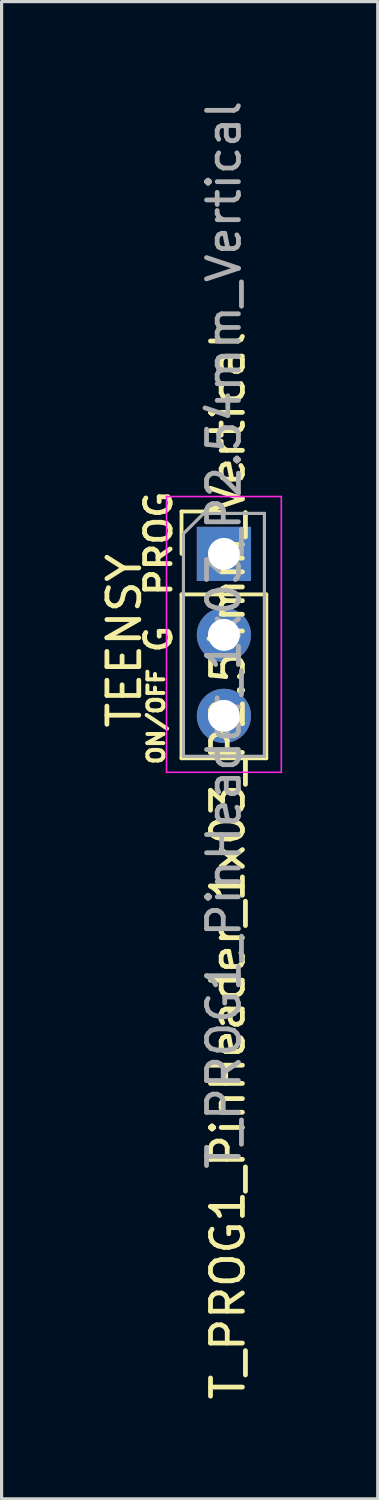
<source format=kicad_pcb>
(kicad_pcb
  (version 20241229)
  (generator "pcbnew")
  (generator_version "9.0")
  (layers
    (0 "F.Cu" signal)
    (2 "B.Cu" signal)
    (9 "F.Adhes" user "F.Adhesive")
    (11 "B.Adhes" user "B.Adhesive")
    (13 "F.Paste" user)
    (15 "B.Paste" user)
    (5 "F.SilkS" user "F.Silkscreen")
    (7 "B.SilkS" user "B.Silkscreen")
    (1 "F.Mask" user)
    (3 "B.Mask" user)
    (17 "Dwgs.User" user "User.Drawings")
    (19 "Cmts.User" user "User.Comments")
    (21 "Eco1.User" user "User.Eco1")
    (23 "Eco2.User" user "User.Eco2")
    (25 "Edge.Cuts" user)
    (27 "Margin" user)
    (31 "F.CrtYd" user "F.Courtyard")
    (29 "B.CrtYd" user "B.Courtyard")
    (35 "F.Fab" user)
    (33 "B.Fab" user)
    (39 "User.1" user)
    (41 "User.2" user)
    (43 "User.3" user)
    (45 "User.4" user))
  (footprint "T_PROG1_PinHeader_1x03_P2.54mm_Vertical"
    (layer "F.Cu")
    (at 3.973 14.323)
    (property "Reference" "T_PROG1_PinHeader_1x03_P2.54mm_Vertical" (at 0.125 9.775 270) (layer "F.SilkS") (effects (font (size 1 1) (thickness 0.15))))
    (attr through_hole exclude_from_bom)
    (fp_line (start -1.33 -1.33) (end 0 -1.33) (stroke (width 0.12) (type solid)) (layer "F.SilkS"))
    (fp_line (start -1.33 0) (end -1.33 -1.33) (stroke (width 0.12) (type solid)) (layer "F.SilkS"))
    (fp_line (start -1.33 1.27) (end -1.33 6.41) (stroke (width 0.12) (type solid)) (layer "F.SilkS"))
    (fp_line (start -1.33 1.27) (end 1.33 1.27) (stroke (width 0.12) (type solid)) (layer "F.SilkS"))
    (fp_line (start -1.33 6.41) (end 1.33 6.41) (stroke (width 0.12) (type solid)) (layer "F.SilkS"))
    (fp_line (start 1.33 1.27) (end 1.33 6.41) (stroke (width 0.12) (type solid)) (layer "F.SilkS"))
    (fp_line (start -1.8 -1.8) (end -1.8 6.85) (stroke (width 0.05) (type solid)) (layer "F.CrtYd"))
    (fp_line (start -1.8 6.85) (end 1.8 6.85) (stroke (width 0.05) (type solid)) (layer "F.CrtYd"))
    (fp_line (start 1.8 -1.8) (end -1.8 -1.8) (stroke (width 0.05) (type solid)) (layer "F.CrtYd"))
    (fp_line (start 1.8 6.85) (end 1.8 -1.8) (stroke (width 0.05) (type solid)) (layer "F.CrtYd"))
    (fp_line (start -1.27 -0.635) (end -0.635 -1.27) (stroke (width 0.1) (type solid)) (layer "F.Fab"))
    (fp_line (start -1.27 6.35) (end -1.27 -0.635) (stroke (width 0.1) (type solid)) (layer "F.Fab"))
    (fp_line (start -0.635 -1.27) (end 1.27 -1.27) (stroke (width 0.1) (type solid)) (layer "F.Fab"))
    (fp_line (start 1.27 -1.27) (end 1.27 6.35) (stroke (width 0.1) (type solid)) (layer "F.Fab"))
    (fp_line (start 1.27 6.35) (end -1.27 6.35) (stroke (width 0.1) (type solid)) (layer "F.Fab"))
    (fp_text user "TEENSY" (at -3.125 2.725 90) (unlocked yes) (layer "F.SilkS") (effects (font (size 1 1) (thickness 0.15))))
    (fp_text user "ON/OFF" (at -2.125 5.1 90) (unlocked yes) (layer "F.SilkS") (effects (font (size 0.5 0.5) (thickness 0.125))))
    (fp_text user "G" (at -2.05 2.675 90) (unlocked yes) (layer "F.SilkS") (effects (font (size 0.8 0.8) (thickness 0.15))))
    (fp_text user "PROG" (at -2.05 -0.325 90) (unlocked yes) (layer "F.SilkS") (effects (font (size 0.8 0.8) (thickness 0.15))))
    (fp_text user "${REFERENCE}" (at 0 2.54 90) (layer "F.Fab") (effects (font (size 1 1) (thickness 0.15))))
    (pad "1" thru_hole rect (at 0 0) (size 1.7 1.7) (drill 1) (layers "*.Cu" "*.Mask"))
    (pad "2" thru_hole oval (at 0 2.54) (size 1.7 1.7) (drill 1) (layers "*.Cu" "*.Mask"))
    (pad "3" thru_hole oval (at 0 5.08) (size 1.7 1.7) (drill 1) (layers "*.Cu" "*.Mask")))
  (gr_rect
    (start -3 -3)
    (end 8.798 43.961)
    (stroke (width 0.1) (type default))
    (fill no)
    (layer "Edge.Cuts")))
</source>
